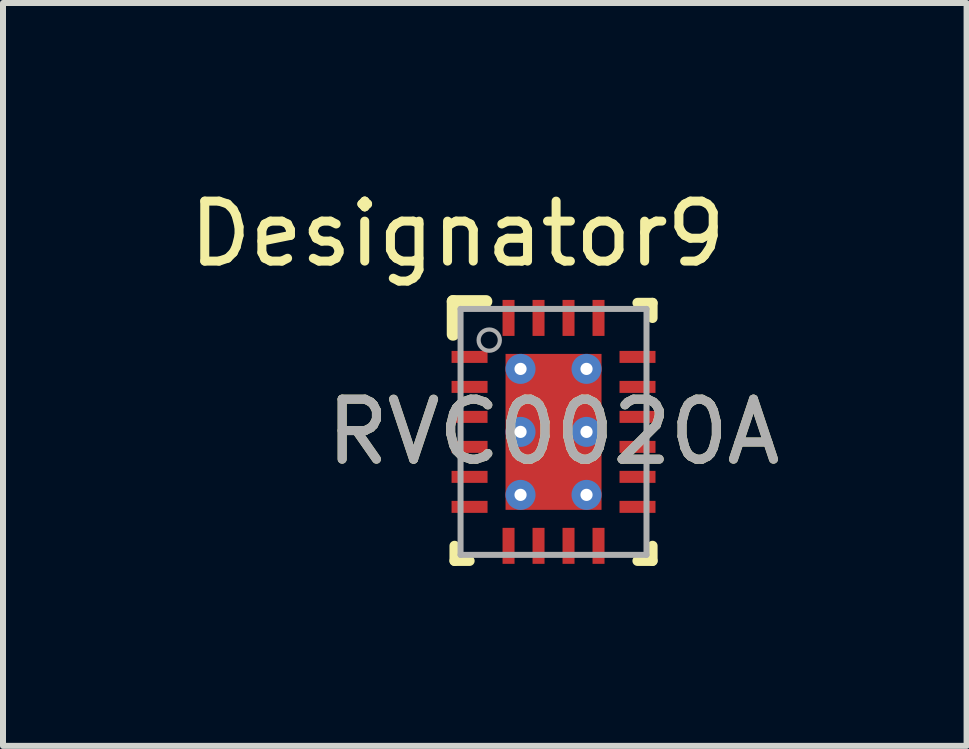
<source format=kicad_pcb>
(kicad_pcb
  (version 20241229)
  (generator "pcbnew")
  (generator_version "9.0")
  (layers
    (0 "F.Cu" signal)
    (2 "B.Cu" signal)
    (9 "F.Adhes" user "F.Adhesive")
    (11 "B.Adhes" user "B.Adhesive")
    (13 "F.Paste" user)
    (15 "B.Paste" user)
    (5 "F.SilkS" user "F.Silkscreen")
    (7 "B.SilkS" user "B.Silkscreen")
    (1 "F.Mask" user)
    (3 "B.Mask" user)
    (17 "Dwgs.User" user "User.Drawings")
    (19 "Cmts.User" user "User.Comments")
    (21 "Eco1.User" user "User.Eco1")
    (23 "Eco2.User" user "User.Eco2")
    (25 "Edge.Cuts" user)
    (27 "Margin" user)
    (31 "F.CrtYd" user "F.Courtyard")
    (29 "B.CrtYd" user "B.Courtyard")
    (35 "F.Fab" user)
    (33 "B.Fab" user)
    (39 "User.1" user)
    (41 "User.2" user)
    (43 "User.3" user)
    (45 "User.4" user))
  (footprint "RVC0020A"
    (layer "F.Cu")
    (at 6.178 4.15)
    (property "Reference" "RVC0020A" (at 0 0 0) (unlocked yes) (layer "F.SilkS") (effects (font (size 1 1) (thickness 0.15))))
    (attr smd)
    (fp_line (start -1.675 -1.625) (end -1.675 -2.175) (stroke (width 0.21) (type solid)) (layer "F.SilkS"))
    (fp_line (start -1.675 -2.175) (end -1.125 -2.175) (stroke (width 0.21) (type solid)) (layer "F.SilkS"))
    (fp_line (start -1.65 2.15) (end -1.65 1.9) (stroke (width 0.17) (type solid)) (layer "F.SilkS"))
    (fp_line (start -1.65 2.15) (end -1.4 2.15) (stroke (width 0.17) (type solid)) (layer "F.SilkS"))
    (fp_line (start 1.4 2.15) (end 1.65 2.15) (stroke (width 0.17) (type solid)) (layer "F.SilkS"))
    (fp_line (start 1.4 -2.15) (end 1.65 -2.15) (stroke (width 0.17) (type solid)) (layer "F.SilkS"))
    (fp_line (start 1.65 -1.9) (end 1.65 -2.15) (stroke (width 0.17) (type solid)) (layer "F.SilkS"))
    (fp_line (start 1.65 2.15) (end 1.65 1.9) (stroke (width 0.17) (type solid)) (layer "F.SilkS"))
    (fp_line (start -1.55 -2.05) (end 1.55 -2.05) (stroke (width 0.1) (type solid)) (layer "F.Fab"))
    (fp_line (start -1.55 2.05) (end -1.55 -2.05) (stroke (width 0.1) (type solid)) (layer "F.Fab"))
    (fp_line (start -1.55 2.05) (end 1.55 2.05) (stroke (width 0.1) (type solid)) (layer "F.Fab"))
    (fp_line (start 1.55 2.05) (end 1.55 -2.05) (stroke (width 0.1) (type solid)) (layer "F.Fab"))
    (fp_circle (center -1.072 -1.53) (end -0.895 -1.53) (stroke (width 0.07) (type solid)) (fill no) (layer "F.Fab"))
    (fp_text user "Designator9" (at -1.6 -3.302 0) (unlocked yes) (layer "F.SilkS") (effects (font (size 1 1) (thickness 0.15))))
    (fp_text user "${REFERENCE}" (at 0 0 0) (unlocked yes) (layer "F.Fab") (effects (font (size 1 1) (thickness 0.15))))
    (pad "1" smd rect (at -1.4 -1.25 90) (size 0.2 0.6) (layers "F.Cu" "F.Mask" "F.Paste"))
    (pad "2" smd rect (at -1.4 -0.75 90) (size 0.2 0.6) (layers "F.Cu" "F.Mask" "F.Paste"))
    (pad "3" smd rect (at -1.4 -0.25 90) (size 0.2 0.6) (layers "F.Cu" "F.Mask" "F.Paste"))
    (pad "4" smd rect (at -1.4 0.25 90) (size 0.2 0.6) (layers "F.Cu" "F.Mask" "F.Paste"))
    (pad "5" smd rect (at -1.4 0.75 90) (size 0.2 0.6) (layers "F.Cu" "F.Mask" "F.Paste"))
    (pad "6" smd rect (at -1.4 1.25 90) (size 0.2 0.6) (layers "F.Cu" "F.Mask" "F.Paste"))
    (pad "7" smd rect (at -0.75 1.9) (size 0.2 0.6) (layers "F.Cu" "F.Mask" "F.Paste"))
    (pad "8" smd rect (at -0.25 1.9) (size 0.2 0.6) (layers "F.Cu" "F.Mask" "F.Paste"))
    (pad "9" smd rect (at 0.25 1.9) (size 0.2 0.6) (layers "F.Cu" "F.Mask" "F.Paste"))
    (pad "10" smd rect (at 0.75 1.9) (size 0.2 0.6) (layers "F.Cu" "F.Mask" "F.Paste"))
    (pad "11" smd rect (at 1.4 1.25 90) (size 0.2 0.6) (layers "F.Cu" "F.Mask" "F.Paste"))
    (pad "12" smd rect (at 1.4 0.75 90) (size 0.2 0.6) (layers "F.Cu" "F.Mask" "F.Paste"))
    (pad "13" smd rect (at 1.4 0.25 90) (size 0.2 0.6) (layers "F.Cu" "F.Mask" "F.Paste"))
    (pad "14" smd rect (at 1.4 -0.25 90) (size 0.2 0.6) (layers "F.Cu" "F.Mask" "F.Paste"))
    (pad "15" smd rect (at 1.4 -0.75 90) (size 0.2 0.6) (layers "F.Cu" "F.Mask" "F.Paste"))
    (pad "16" smd rect (at 1.4 -1.25 90) (size 0.2 0.6) (layers "F.Cu" "F.Mask" "F.Paste"))
    (pad "17" smd rect (at 0.75 -1.9) (size 0.2 0.6) (layers "F.Cu" "F.Mask" "F.Paste"))
    (pad "18" smd rect (at 0.25 -1.9) (size 0.2 0.6) (layers "F.Cu" "F.Mask" "F.Paste"))
    (pad "19" smd rect (at -0.25 -1.9) (size 0.2 0.6) (layers "F.Cu" "F.Mask" "F.Paste"))
    (pad "20" smd rect (at -0.75 -1.9) (size 0.2 0.6) (layers "F.Cu" "F.Mask" "F.Paste"))
    (pad "21" smd rect (at 0 0 90) (size 2.6 1.6) (layers "F.Cu" "F.Mask"))
    (pad "V" thru_hole circle (at -0.55 -1.05) (size 0.5 0.5) (drill 0.203) (layers "*.Cu" "*.Mask"))
    (pad "V" thru_hole circle (at -0.55 0) (size 0.5 0.5) (drill 0.203) (layers "*.Cu" "*.Mask"))
    (pad "V" thru_hole circle (at -0.55 1.05) (size 0.5 0.5) (drill 0.203) (layers "*.Cu" "*.Mask"))
    (pad "V" thru_hole circle (at 0.55 -1.05) (size 0.5 0.5) (drill 0.203) (layers "*.Cu" "*.Mask"))
    (pad "V" thru_hole circle (at 0.55 0) (size 0.5 0.5) (drill 0.203) (layers "*.Cu" "*.Mask"))
    (pad "V" thru_hole circle (at 0.55 1.05) (size 0.5 0.5) (drill 0.203) (layers "*.Cu" "*.Mask")))
  (gr_rect
    (start -3 -3)
    (end 13.064 9.385)
    (stroke (width 0.1) (type default))
    (fill no)
    (layer "Edge.Cuts")))
</source>
